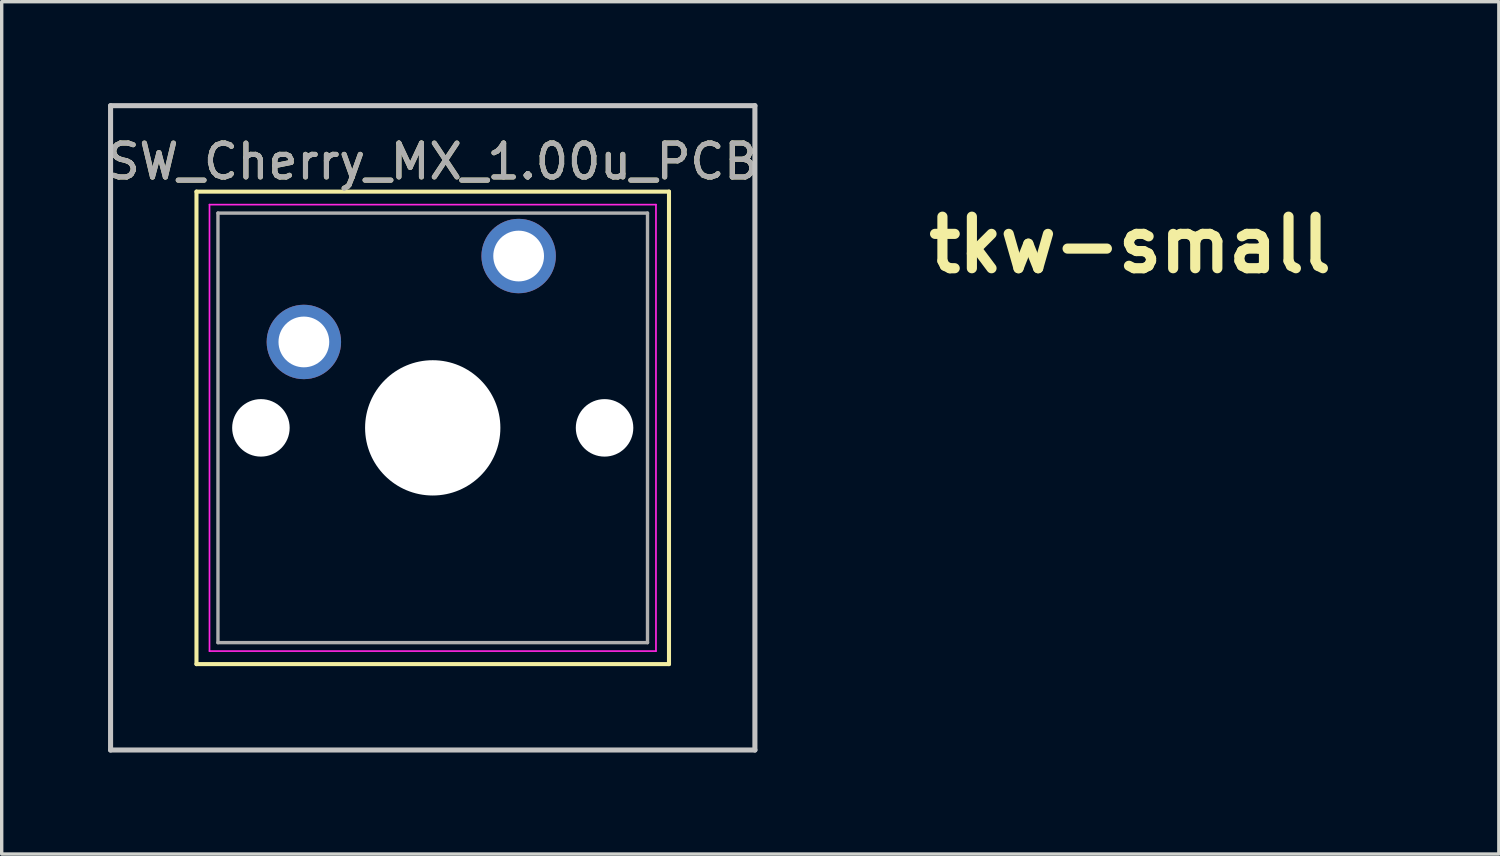
<source format=kicad_pcb>
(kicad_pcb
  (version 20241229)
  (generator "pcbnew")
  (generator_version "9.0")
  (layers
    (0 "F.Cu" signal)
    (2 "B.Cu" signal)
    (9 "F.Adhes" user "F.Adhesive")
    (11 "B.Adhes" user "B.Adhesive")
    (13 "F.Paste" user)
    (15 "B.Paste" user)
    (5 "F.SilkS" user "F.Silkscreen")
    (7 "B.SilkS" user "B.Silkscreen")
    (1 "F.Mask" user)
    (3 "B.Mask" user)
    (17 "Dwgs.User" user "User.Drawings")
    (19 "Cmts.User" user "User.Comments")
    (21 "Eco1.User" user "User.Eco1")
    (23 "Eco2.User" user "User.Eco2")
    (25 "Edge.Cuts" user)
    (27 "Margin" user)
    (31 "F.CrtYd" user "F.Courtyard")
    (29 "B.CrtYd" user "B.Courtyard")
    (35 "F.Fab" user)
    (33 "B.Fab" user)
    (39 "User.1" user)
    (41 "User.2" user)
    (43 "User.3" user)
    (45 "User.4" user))
  (footprint "SW_Cherry_MX_1.00u_PCB"
    (layer "F.Cu")
    (at 12.284 4.52)
    (property "Reference" "SW_Cherry_MX_1.00u_PCB" (at -2.54 -2.794 0) (layer "F.SilkS") (effects (font (size 1 1) (thickness 0.15))))
    (attr through_hole)
    (fp_line (start -9.525 -1.905) (end 4.445 -1.905) (stroke (width 0.12) (type solid)) (layer "F.SilkS"))
    (fp_line (start -9.525 12.065) (end -9.525 -1.905) (stroke (width 0.12) (type solid)) (layer "F.SilkS"))
    (fp_line (start 4.445 -1.905) (end 4.445 12.065) (stroke (width 0.12) (type solid)) (layer "F.SilkS"))
    (fp_line (start 4.445 12.065) (end -9.525 12.065) (stroke (width 0.12) (type solid)) (layer "F.SilkS"))
    (fp_line (start -12.065 -4.445) (end 6.985 -4.445) (stroke (width 0.15) (type solid)) (layer "Dwgs.User"))
    (fp_line (start -12.065 14.605) (end -12.065 -4.445) (stroke (width 0.15) (type solid)) (layer "Dwgs.User"))
    (fp_line (start 6.985 -4.445) (end 6.985 14.605) (stroke (width 0.15) (type solid)) (layer "Dwgs.User"))
    (fp_line (start 6.985 14.605) (end -12.065 14.605) (stroke (width 0.15) (type solid)) (layer "Dwgs.User"))
    (fp_line (start -9.14 -1.52) (end 4.06 -1.52) (stroke (width 0.05) (type solid)) (layer "F.CrtYd"))
    (fp_line (start -9.14 11.68) (end -9.14 -1.52) (stroke (width 0.05) (type solid)) (layer "F.CrtYd"))
    (fp_line (start 4.06 -1.52) (end 4.06 11.68) (stroke (width 0.05) (type solid)) (layer "F.CrtYd"))
    (fp_line (start 4.06 11.68) (end -9.14 11.68) (stroke (width 0.05) (type solid)) (layer "F.CrtYd"))
    (fp_line (start -8.89 -1.27) (end 3.81 -1.27) (stroke (width 0.1) (type solid)) (layer "F.Fab"))
    (fp_line (start -8.89 11.43) (end -8.89 -1.27) (stroke (width 0.1) (type solid)) (layer "F.Fab"))
    (fp_line (start 3.81 -1.27) (end 3.81 11.43) (stroke (width 0.1) (type solid)) (layer "F.Fab"))
    (fp_line (start 3.81 11.43) (end -8.89 11.43) (stroke (width 0.1) (type solid)) (layer "F.Fab"))
    (fp_text user "${REFERENCE}" (at -2.54 -2.794 0) (layer "F.Fab") (effects (font (size 1 1) (thickness 0.15))))
    (pad "" np_thru_hole circle (at -7.62 5.08) (size 1.7 1.7) (drill 1.7) (layers "*.Cu" "*.Mask"))
    (pad "" np_thru_hole circle (at -2.54 5.08) (size 4 4) (drill 4) (layers "*.Cu" "*.Mask"))
    (pad "" np_thru_hole circle (at 2.54 5.08) (size 1.7 1.7) (drill 1.7) (layers "*.Cu" "*.Mask"))
    (pad "1" thru_hole circle (at 0 0) (size 2.2 2.2) (drill 1.5) (layers "*.Cu" "*.Mask"))
    (pad "2" thru_hole circle (at -6.35 2.54) (size 2.2 2.2) (drill 1.5) (layers "*.Cu" "*.Mask")))
  (footprint "tkw-small"
    (layer "F.Cu")
    (at 30.365 4.191)
    (property "Reference" "tkw-small" (at 0 0 0) (layer "F.SilkS") (effects (font (size 1.524 1.524) (thickness 0.3))))
    (attr board_only exclude_from_pos_files exclude_from_bom)
    (fp_poly (pts (xy -3.747 -2.629) (xy -3.739 -2.457) (xy -3.731 -2.286) (xy -4.088 -2.286) (xy -4.445 -2.286) (xy -4.445 -0.102) (xy -4.825 -0.102) (xy -4.832 -1.187) (xy -4.839 -2.273) (xy -5.537 -2.287) (xy -5.537 -2.642)) (stroke (width 0) (type solid)) (fill yes) (layer "F.Mask"))
    (fp_poly (pts (xy -0.635 0.711) (xy -0.634 0.885) (xy -0.632 1.04) (xy -0.629 1.171) (xy -0.625 1.269) (xy -0.62 1.33) (xy -0.616 1.346) (xy -0.596 1.326) (xy -0.549 1.271) (xy -0.479 1.186) (xy -0.389 1.075) (xy -0.284 0.943) (xy -0.167 0.795) (xy -0.102 0.712) (xy 0.394 0.078) (xy 0.618 0.077) (xy 0.724 0.079) (xy 0.798 0.086) (xy 0.833 0.096) (xy 0.834 0.1) (xy 0.816 0.126) (xy 0.77 0.185) (xy 0.701 0.272) (xy 0.614 0.381) (xy 0.513 0.505) (xy 0.445 0.588) (xy 0.337 0.72) (xy 0.24 0.838) (xy 0.159 0.938) (xy 0.099 1.014) (xy 0.063 1.06) (xy 0.056 1.071) (xy 0.066 1.096) (xy 0.1 1.16) (xy 0.154 1.257) (xy 0.226 1.382) (xy 0.312 1.529) (xy 0.409 1.694) (xy 0.483 1.819) (xy 0.588 1.994) (xy 0.684 2.156) (xy 0.769 2.3) (xy 0.839 2.42) (xy 0.892 2.51) (xy 0.924 2.566) (xy 0.932 2.582) (xy 0.928 2.599) (xy 0.895 2.609) (xy 0.827 2.615) (xy 0.72 2.616) (xy 0.495 2.616) (xy 0.141 2.019) (xy 0.047 1.863) (xy -0.038 1.722) (xy -0.112 1.601) (xy -0.17 1.508) (xy -0.21 1.446) (xy -0.228 1.422) (xy -0.228 1.422) (xy -0.249 1.441) (xy -0.295 1.491) (xy -0.359 1.566) (xy -0.435 1.658) (xy -0.439 1.663) (xy -0.635 1.903) (xy -0.635 2.616) (xy -0.991 2.616) (xy -0.991 0.076) (xy -0.635 0.076)) (stroke (width 0) (type solid)) (fill yes) (layer "F.Mask"))
    (fp_poly (pts (xy 4.68 -2.637) (xy 4.812 -2.629) (xy 5.056 -1.696) (xy 5.111 -1.487) (xy 5.162 -1.293) (xy 5.208 -1.121) (xy 5.247 -0.975) (xy 5.278 -0.861) (xy 5.3 -0.785) (xy 5.311 -0.752) (xy 5.311 -0.751) (xy 5.319 -0.772) (xy 5.337 -0.838) (xy 5.363 -0.942) (xy 5.396 -1.081) (xy 5.435 -1.247) (xy 5.479 -1.438) (xy 5.526 -1.646) (xy 5.536 -1.69) (xy 5.749 -2.642) (xy 6.14 -2.642) (xy 6.109 -2.508) (xy 6.082 -2.397) (xy 6.048 -2.254) (xy 6.007 -2.085) (xy 5.961 -1.896) (xy 5.911 -1.692) (xy 5.859 -1.48) (xy 5.806 -1.265) (xy 5.754 -1.052) (xy 5.704 -0.848) (xy 5.656 -0.658) (xy 5.614 -0.488) (xy 5.578 -0.343) (xy 5.549 -0.23) (xy 5.53 -0.155) (xy 5.521 -0.122) (xy 5.52 -0.121) (xy 5.491 -0.111) (xy 5.425 -0.105) (xy 5.335 -0.102) (xy 5.325 -0.102) (xy 5.142 -0.102) (xy 5.095 -0.286) (xy 5.057 -0.434) (xy 5.013 -0.6) (xy 4.966 -0.777) (xy 4.918 -0.959) (xy 4.87 -1.139) (xy 4.824 -1.31) (xy 4.782 -1.465) (xy 4.745 -1.599) (xy 4.716 -1.703) (xy 4.696 -1.772) (xy 4.687 -1.798) (xy 4.687 -1.798) (xy 4.675 -1.783) (xy 4.657 -1.731) (xy 4.647 -1.698) (xy 4.632 -1.642) (xy 4.606 -1.546) (xy 4.571 -1.417) (xy 4.529 -1.265) (xy 4.483 -1.098) (xy 4.435 -0.923) (xy 4.387 -0.75) (xy 4.342 -0.586) (xy 4.302 -0.441) (xy 4.27 -0.323) (xy 4.252 -0.26) (xy 4.208 -0.102) (xy 4.021 -0.102) (xy 3.908 -0.106) (xy 3.843 -0.118) (xy 3.824 -0.133) (xy 3.813 -0.173) (xy 3.795 -0.246) (xy 3.775 -0.33) (xy 3.76 -0.392) (xy 3.734 -0.496) (xy 3.7 -0.637) (xy 3.659 -0.807) (xy 3.611 -1.001) (xy 3.56 -1.212) (xy 3.505 -1.433) (xy 3.496 -1.473) (xy 3.442 -1.692) (xy 3.392 -1.899) (xy 3.346 -2.087) (xy 3.307 -2.251) (xy 3.275 -2.386) (xy 3.252 -2.484) (xy 3.239 -2.54) (xy 3.238 -2.546) (xy 3.22 -2.642) (xy 3.602 -2.642) (xy 3.653 -2.419) (xy 3.672 -2.335) (xy 3.7 -2.211) (xy 3.735 -2.054) (xy 3.776 -1.876) (xy 3.819 -1.683) (xy 3.863 -1.486) (xy 3.865 -1.48) (xy 3.906 -1.297) (xy 3.945 -1.131) (xy 3.98 -0.989) (xy 4.008 -0.876) (xy 4.029 -0.799) (xy 4.041 -0.764) (xy 4.043 -0.762) (xy 4.059 -0.784) (xy 4.076 -0.838) (xy 4.078 -0.845) (xy 4.088 -0.89) (xy 4.11 -0.977) (xy 4.141 -1.098) (xy 4.179 -1.246) (xy 4.222 -1.412) (xy 4.268 -1.591) (xy 4.316 -1.773) (xy 4.363 -1.952) (xy 4.407 -2.12) (xy 4.446 -2.269) (xy 4.479 -2.392) (xy 4.503 -2.482) (xy 4.511 -2.51) (xy 4.549 -2.644)) (stroke (width 0) (type solid)) (fill yes) (layer "F.Mask"))
    (fp_poly (pts (xy -2.766 -3.727) (xy -2.692 -3.599) (xy -2.597 -3.434) (xy -2.486 -3.242) (xy -2.364 -3.031) (xy -2.235 -2.808) (xy -2.104 -2.582) (xy -1.977 -2.361) (xy -1.967 -2.343) (xy -1.435 -1.422) (xy 0.051 -1.423) (xy 1.537 -1.423) (xy 2.298 -2.744) (xy 3.059 -4.064) (xy 4.673 -4.064) (xy 6.287 -4.064) (xy 6.416 -3.842) (xy 6.6 -3.525) (xy 6.778 -3.217) (xy 6.949 -2.921) (xy 7.112 -2.639) (xy 7.264 -2.374) (xy 7.404 -2.129) (xy 7.53 -1.908) (xy 7.641 -1.714) (xy 7.734 -1.549) (xy 7.808 -1.416) (xy 7.861 -1.32) (xy 7.892 -1.261) (xy 7.899 -1.245) (xy 7.887 -1.218) (xy 7.851 -1.15) (xy 7.792 -1.044) (xy 7.713 -0.904) (xy 7.616 -0.731) (xy 7.501 -0.53) (xy 7.372 -0.303) (xy 7.229 -0.054) (xy 7.074 0.216) (xy 6.909 0.502) (xy 6.736 0.801) (xy 6.556 1.111) (xy 6.416 1.353) (xy 6.287 1.575) (xy 3.111 1.575) (xy 2.97 1.823) (xy 2.928 1.895) (xy 2.865 2.006) (xy 2.782 2.15) (xy 2.683 2.321) (xy 2.572 2.514) (xy 2.452 2.722) (xy 2.326 2.941) (xy 2.209 3.143) (xy 1.589 4.216) (xy -1.64 4.216) (xy -2.439 2.832) (xy -3.239 1.448) (xy -4.751 1.448) (xy -6.263 1.448) (xy -6.291 1.399) (xy -3.001 1.399) (xy -2.89 1.595) (xy -2.813 1.73) (xy -2.722 1.889) (xy -2.619 2.068) (xy -2.507 2.261) (xy -2.39 2.464) (xy -2.27 2.672) (xy -2.151 2.878) (xy -2.035 3.079) (xy -1.924 3.269) (xy -1.823 3.443) (xy -1.734 3.596) (xy -1.66 3.723) (xy -1.604 3.818) (xy -1.569 3.878) (xy -1.559 3.893) (xy -1.498 3.988) (xy 1.459 3.975) (xy 1.551 3.823) (xy 1.589 3.759) (xy 1.648 3.659) (xy 1.723 3.53) (xy 1.809 3.381) (xy 1.902 3.22) (xy 1.98 3.086) (xy 2.094 2.888) (xy 2.223 2.665) (xy 2.356 2.433) (xy 2.485 2.209) (xy 2.601 2.008) (xy 2.634 1.951) (xy 2.952 1.399) (xy 2.259 0.198) (xy 2.127 -0.031) (xy 2.001 -0.249) (xy 1.883 -0.452) (xy 1.777 -0.636) (xy 1.684 -0.795) (xy 1.608 -0.926) (xy 1.551 -1.023) (xy 1.516 -1.084) (xy 1.506 -1.099) (xy 1.447 -1.194) (xy -0.032 -1.188) (xy -1.51 -1.181) (xy -1.93 -0.455) (xy -2.051 -0.245) (xy -2.183 -0.018) (xy -2.317 0.215) (xy -2.448 0.441) (xy -2.567 0.648) (xy -2.669 0.824) (xy -2.675 0.835) (xy -3.001 1.399) (xy -6.291 1.399) (xy -6.794 0.527) (xy -6.922 0.305) (xy -7.054 0.076) (xy -7.186 -0.151) (xy -7.312 -0.369) (xy -7.428 -0.569) (xy -7.528 -0.742) (xy -7.608 -0.88) (xy -7.612 -0.887) (xy -7.711 -1.06) (xy -7.789 -1.202) (xy -7.843 -1.309) (xy -7.873 -1.378) (xy -7.875 -1.397) (xy -7.606 -1.397) (xy -7.597 -1.365) (xy -7.565 -1.294) (xy -7.51 -1.187) (xy -7.435 -1.048) (xy -7.343 -0.881) (xy -7.235 -0.691) (xy -7.173 -0.584) (xy -7.052 -0.374) (xy -6.923 -0.151) (xy -6.794 0.074) (xy -6.669 0.289) (xy -6.556 0.486) (xy -6.46 0.653) (xy -6.43 0.705) (xy -6.134 1.219) (xy -4.649 1.213) (xy -3.163 1.206) (xy -2.818 0.61) (xy -2.709 0.422) (xy -2.583 0.203) (xy -2.447 -0.032) (xy -2.308 -0.271) (xy -2.176 -0.5) (xy -2.072 -0.679) (xy -1.745 -1.245) (xy 1.697 -1.245) (xy 2.39 -0.045) (xy 2.522 0.184) (xy 2.648 0.402) (xy 2.765 0.605) (xy 2.871 0.788) (xy 2.964 0.948) (xy 3.04 1.078) (xy 3.097 1.176) (xy 3.133 1.236) (xy 3.142 1.251) (xy 3.201 1.347) (xy 6.159 1.333) (xy 6.302 1.092) (xy 6.414 0.902) (xy 6.533 0.698) (xy 6.657 0.484) (xy 6.785 0.264) (xy 6.912 0.043) (xy 7.036 -0.174) (xy 7.155 -0.383) (xy 7.267 -0.58) (xy 7.368 -0.759) (xy 7.457 -0.918) (xy 7.53 -1.05) (xy 7.585 -1.151) (xy 7.619 -1.218) (xy 7.631 -1.244) (xy 7.619 -1.273) (xy 7.583 -1.34) (xy 7.527 -1.443) (xy 7.454 -1.576) (xy 7.365 -1.735) (xy 7.263 -1.916) (xy 7.151 -2.113) (xy 7.031 -2.323) (xy 6.907 -2.541) (xy 6.779 -2.762) (xy 6.652 -2.982) (xy 6.527 -3.197) (xy 6.408 -3.401) (xy 6.302 -3.581) (xy 6.159 -3.823) (xy 4.68 -3.829) (xy 3.201 -3.836) (xy 3.14 -3.74) (xy 3.117 -3.702) (xy 3.071 -3.625) (xy 3.006 -3.514) (xy 2.925 -3.375) (xy 2.83 -3.211) (xy 2.724 -3.029) (xy 2.61 -2.833) (xy 2.492 -2.629) (xy 2.372 -2.422) (xy 2.253 -2.216) (xy 2.139 -2.017) (xy 2.031 -1.829) (xy 1.933 -1.659) (xy 1.848 -1.51) (xy 1.809 -1.442) (xy 1.697 -1.245) (xy -1.745 -1.245) (xy -1.672 -1.371) (xy -1.755 -1.517) (xy -1.798 -1.592) (xy -1.862 -1.705) (xy -1.945 -1.849) (xy -2.042 -2.018) (xy -2.151 -2.206) (xy -2.266 -2.406) (xy -2.386 -2.613) (xy -2.505 -2.82) (xy -2.621 -3.02) (xy -2.73 -3.208) (xy -2.828 -3.377) (xy -2.911 -3.521) (xy -2.977 -3.634) (xy -3.02 -3.708) (xy -3.163 -3.95) (xy -6.134 -3.95) (xy -6.276 -3.708) (xy -6.338 -3.603) (xy -6.416 -3.47) (xy -6.507 -3.313) (xy -6.609 -3.137) (xy -6.718 -2.948) (xy -6.833 -2.751) (xy -6.948 -2.55) (xy -7.063 -2.35) (xy -7.175 -2.156) (xy -7.279 -1.974) (xy -7.374 -1.808) (xy -7.456 -1.664) (xy -7.524 -1.546) (xy -7.573 -1.458) (xy -7.601 -1.408) (xy -7.606 -1.397) (xy -7.875 -1.397) (xy -7.877 -1.407) (xy -7.86 -1.435) (xy -7.82 -1.501) (xy -7.761 -1.602) (xy -7.684 -1.733) (xy -7.594 -1.888) (xy -7.492 -2.063) (xy -7.382 -2.253) (xy -7.342 -2.324) (xy -7.226 -2.524) (xy -7.116 -2.715) (xy -7.014 -2.892) (xy -6.923 -3.049) (xy -6.847 -3.18) (xy -6.788 -3.28) (xy -6.751 -3.343) (xy -6.746 -3.353) (xy -6.704 -3.425) (xy -6.643 -3.53) (xy -6.571 -3.654) (xy -6.494 -3.787) (xy -6.463 -3.842) (xy -6.263 -4.191) (xy -3.034 -4.191)) (stroke (width 0) (type solid)) (fill yes) (layer "F.Mask")))
  (gr_rect
    (start -3 -3)
    (end 41.264 22.2)
    (stroke (width 0.1) (type default))
    (fill no)
    (layer "Edge.Cuts")))
</source>
